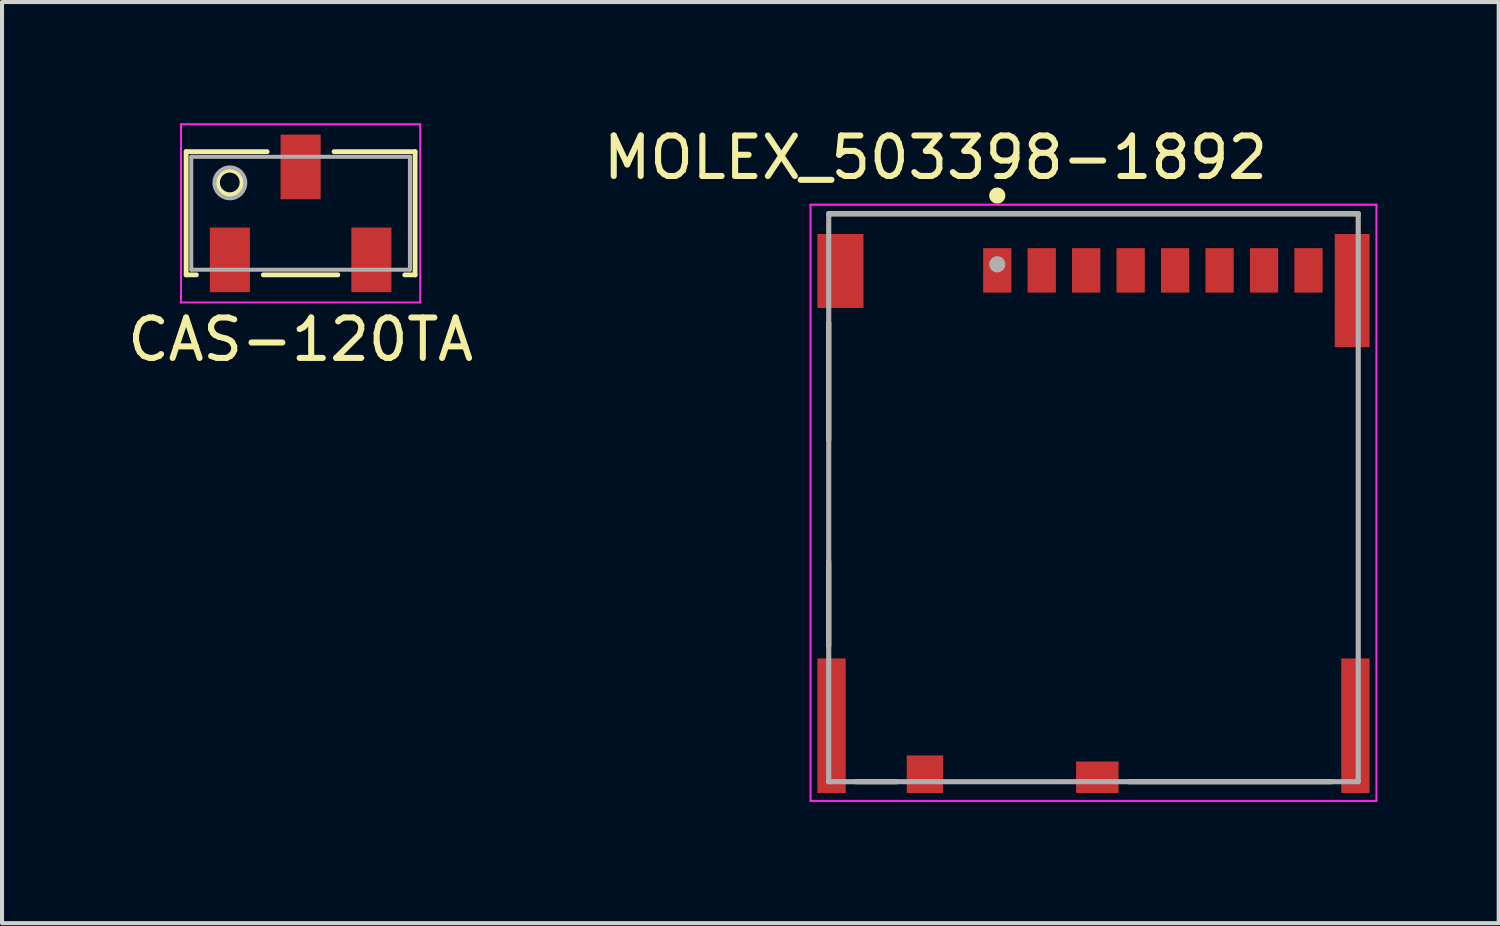
<source format=kicad_pcb>
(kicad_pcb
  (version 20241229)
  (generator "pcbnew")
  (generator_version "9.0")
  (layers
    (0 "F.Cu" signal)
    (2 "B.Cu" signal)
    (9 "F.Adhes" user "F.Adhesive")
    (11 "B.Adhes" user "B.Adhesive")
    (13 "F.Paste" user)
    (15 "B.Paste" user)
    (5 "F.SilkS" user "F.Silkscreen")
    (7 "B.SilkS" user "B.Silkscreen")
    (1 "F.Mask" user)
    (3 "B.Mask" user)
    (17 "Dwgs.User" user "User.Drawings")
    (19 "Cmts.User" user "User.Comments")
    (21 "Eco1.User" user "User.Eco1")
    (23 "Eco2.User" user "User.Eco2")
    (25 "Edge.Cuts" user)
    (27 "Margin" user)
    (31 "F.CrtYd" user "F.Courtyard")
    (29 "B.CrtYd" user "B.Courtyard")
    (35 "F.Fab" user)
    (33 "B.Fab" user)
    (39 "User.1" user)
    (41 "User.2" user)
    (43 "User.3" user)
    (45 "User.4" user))
  (footprint "CAS-120TA"
    (layer "F.Cu")
    (at 4.387 2.226)
    (property "Reference" "CAS-120TA" (at 0 3.124 0) (layer "F.SilkS") (effects (font (size 1 1) (thickness 0.15))))
    (attr through_hole)
    (fp_line (start -2.832 -1.524) (end -2.832 1.524) (stroke (width 0.12) (type solid)) (layer "F.SilkS"))
    (fp_line (start -2.832 1.524) (end -2.578 1.524) (stroke (width 0.12) (type solid)) (layer "F.SilkS"))
    (fp_line (start -0.922 1.524) (end 0.922 1.524) (stroke (width 0.12) (type solid)) (layer "F.SilkS"))
    (fp_line (start -0.828 -1.524) (end -2.832 -1.524) (stroke (width 0.12) (type solid)) (layer "F.SilkS"))
    (fp_line (start 2.578 1.524) (end 2.832 1.524) (stroke (width 0.12) (type solid)) (layer "F.SilkS"))
    (fp_line (start 2.832 -1.524) (end 0.828 -1.524) (stroke (width 0.12) (type solid)) (layer "F.SilkS"))
    (fp_line (start 2.832 1.524) (end 2.832 -1.524) (stroke (width 0.12) (type solid)) (layer "F.SilkS"))
    (fp_circle (center -1.753 -0.762) (end -1.448 -0.762) (stroke (width 0.12) (type solid)) (fill no) (layer "F.SilkS"))
    (fp_line (start -2.959 -2.201) (end -2.959 2.207) (stroke (width 0.05) (type solid)) (layer "F.CrtYd"))
    (fp_line (start -2.959 2.207) (end 2.959 2.207) (stroke (width 0.05) (type solid)) (layer "F.CrtYd"))
    (fp_line (start 2.959 -2.201) (end -2.959 -2.201) (stroke (width 0.05) (type solid)) (layer "F.CrtYd"))
    (fp_line (start 2.959 2.207) (end 2.959 -2.201) (stroke (width 0.05) (type solid)) (layer "F.CrtYd"))
    (fp_line (start -2.705 -1.397) (end -2.705 1.397) (stroke (width 0.1) (type solid)) (layer "F.Fab"))
    (fp_line (start -2.705 1.397) (end 2.705 1.397) (stroke (width 0.1) (type solid)) (layer "F.Fab"))
    (fp_line (start 2.705 -1.397) (end -2.705 -1.397) (stroke (width 0.1) (type solid)) (layer "F.Fab"))
    (fp_line (start 2.705 1.397) (end 2.705 -1.397) (stroke (width 0.1) (type solid)) (layer "F.Fab"))
    (fp_circle (center -1.75 -0.752) (end -1.369 -0.752) (stroke (width 0.1) (type solid)) (fill no) (layer "F.Fab"))
    (pad "1" smd rect (at -1.75 1.153) (size 0.991 1.6) (layers "F.Cu" "F.Mask" "F.Paste"))
    (pad "2" smd rect (at 0 -1.147) (size 0.991 1.6) (layers "F.Cu" "F.Mask" "F.Paste"))
    (pad "3" smd rect (at 1.75 1.153) (size 0.991 1.6) (layers "F.Cu" "F.Mask" "F.Paste")))
  (footprint "MOLEX_503398-1892"
    (layer "F.Cu")
    (at 24.002 9.264)
    (property "Reference" "MOLEX_503398-1892" (at -3.908 -8.416 0) (layer "F.SilkS") (effects (font (size 1.001 1.001) (thickness 0.15))))
    (attr through_hole)
    (fp_line (start -6.55 -7.025) (end 6.55 -7.025) (stroke (width 0.127) (type solid)) (layer "F.SilkS"))
    (fp_line (start -6.55 -4.325) (end -6.55 -1.425) (stroke (width 0.127) (type solid)) (layer "F.SilkS"))
    (fp_line (start -6.55 1.575) (end -6.55 3.675) (stroke (width 0.127) (type solid)) (layer "F.SilkS"))
    (fp_line (start -5.876 7.025) (end -4.874 7.025) (stroke (width 0.127) (type solid)) (layer "F.SilkS"))
    (fp_line (start 0.874 7.025) (end 5.876 7.025) (stroke (width 0.127) (type solid)) (layer "F.SilkS"))
    (fp_circle (center -2.38 -7.475) (end -2.28 -7.475) (stroke (width 0.2) (type solid)) (fill no) (layer "F.SilkS"))
    (fp_line (start -7 -7.25) (end 7 -7.25) (stroke (width 0.05) (type solid)) (layer "F.CrtYd"))
    (fp_line (start -7 7.5) (end -7 -7.25) (stroke (width 0.05) (type solid)) (layer "F.CrtYd"))
    (fp_line (start 7 -7.25) (end 7 7.5) (stroke (width 0.05) (type solid)) (layer "F.CrtYd"))
    (fp_line (start 7 7.5) (end -7 7.5) (stroke (width 0.05) (type solid)) (layer "F.CrtYd"))
    (fp_line (start -6.55 -7.025) (end 6.55 -7.025) (stroke (width 0.127) (type solid)) (layer "F.Fab"))
    (fp_line (start -6.55 7.025) (end -6.55 -7.025) (stroke (width 0.127) (type solid)) (layer "F.Fab"))
    (fp_line (start 6.55 -7.025) (end 6.55 7.025) (stroke (width 0.127) (type solid)) (layer "F.Fab"))
    (fp_line (start 6.55 7.025) (end -6.55 7.025) (stroke (width 0.127) (type solid)) (layer "F.Fab"))
    (fp_circle (center -2.38 -5.775) (end -2.28 -5.775) (stroke (width 0.2) (type solid)) (fill no) (layer "F.Fab"))
    (pad "1" smd rect (at -2.38 -5.625) (size 0.7 1.1) (layers "F.Cu" "F.Mask" "F.Paste"))
    (pad "2" smd rect (at -1.28 -5.625) (size 0.7 1.1) (layers "F.Cu" "F.Mask" "F.Paste"))
    (pad "3" smd rect (at -0.18 -5.625) (size 0.7 1.1) (layers "F.Cu" "F.Mask" "F.Paste"))
    (pad "4" smd rect (at 0.92 -5.625) (size 0.7 1.1) (layers "F.Cu" "F.Mask" "F.Paste"))
    (pad "5" smd rect (at 2.02 -5.625) (size 0.7 1.1) (layers "F.Cu" "F.Mask" "F.Paste"))
    (pad "6" smd rect (at 3.12 -5.625) (size 0.7 1.1) (layers "F.Cu" "F.Mask" "F.Paste"))
    (pad "7" smd rect (at 4.22 -5.625) (size 0.7 1.1) (layers "F.Cu" "F.Mask" "F.Paste"))
    (pad "8" smd rect (at 5.32 -5.625) (size 0.7 1.1) (layers "F.Cu" "F.Mask" "F.Paste"))
    (pad "9" smd rect (at -4.17 6.84) (size 0.9 0.93) (layers "F.Cu" "F.Mask" "F.Paste"))
    (pad "10" smd rect (at 0.095 6.915) (size 1.05 0.78) (layers "F.Cu" "F.Mask" "F.Paste"))
    (pad "P1" smd rect (at -6.26 -5.61) (size 1.14 1.83) (layers "F.Cu" "F.Mask" "F.Paste"))
    (pad "P2" smd rect (at 6.4 -5.125) (size 0.86 2.8) (layers "F.Cu" "F.Mask" "F.Paste"))
    (pad "P3" smd rect (at -6.48 5.64) (size 0.7 3.33) (layers "F.Cu" "F.Mask" "F.Paste"))
    (pad "P4" smd rect (at 6.48 5.64) (size 0.7 3.33) (layers "F.Cu" "F.Mask" "F.Paste"))
    (zone (net_name "") (layer "F.Cu") (hatch full 0.508) (connect_pads) (min_thickness 0.01) (filled_areas_thickness no) (keepout (tracks not_allowed) (vias not_allowed) (pads not_allowed) (copperpour not_allowed) (footprints allowed)) (placement (enabled no)) (fill) (polygon (pts (xy 17.166 8.139) (xy 17.872 8.139) (xy 17.872 10.541) (xy 17.166 10.541))))
    (zone (net_name "") (layer "F.Cu") (hatch full 0.508) (connect_pads) (min_thickness 0.01) (filled_areas_thickness no) (keepout (tracks not_allowed) (vias not_allowed) (pads not_allowed) (copperpour not_allowed) (footprints allowed)) (placement (enabled no)) (fill) (polygon (pts (xy 18.757 13.839) (xy 19.317 13.839) (xy 19.317 16.003) (xy 18.757 16.003))))
    (zone (net_name "") (layer "F.Cu") (hatch full 0.508) (connect_pads) (min_thickness 0.01) (filled_areas_thickness no) (keepout (tracks not_allowed) (vias not_allowed) (pads not_allowed) (copperpour not_allowed) (footprints allowed)) (placement (enabled no)) (fill) (polygon (pts (xy 20.78 15.639) (xy 21.332 15.639) (xy 21.332 16.195) (xy 20.78 16.195))))
    (zone (net_name "") (layer "F.Cu") (hatch full 0.508) (connect_pads) (min_thickness 0.0001) (filled_areas_thickness no) (keepout (tracks not_allowed) (vias not_allowed) (pads not_allowed) (copperpour not_allowed) (footprints allowed)) (placement (enabled no)) (fill) (polygon (pts (xy 20.832 5.539) (xy 20.832 10.539) (xy 20.182 10.539) (xy 20.182 13.139) (xy 24.572 13.139) (xy 24.572 14.389) (xy 22.272 14.389) (xy 22.272 16.569) (xy 23.572 16.569) (xy 23.572 15.789) (xy 30.132 15.789) (xy 30.132 13.239) (xy 30.832 13.239) (xy 30.832 5.539))))
    (zone (net_name "") (layers "F.Cu" "B.Cu") (hatch full 0.508) (connect_pads) (min_thickness 0.01) (filled_areas_thickness no) (keepout (tracks allowed) (vias not_allowed) (pads allowed) (copperpour allowed) (footprints allowed)) (placement (enabled no)) (fill) (polygon (pts (xy 17.161 8.139) (xy 17.872 8.139) (xy 17.872 10.542) (xy 17.161 10.542))))
    (zone (net_name "") (layers "F.Cu" "B.Cu") (hatch full 0.508) (connect_pads) (min_thickness 0.01) (filled_areas_thickness no) (keepout (tracks allowed) (vias not_allowed) (pads allowed) (copperpour allowed) (footprints allowed)) (placement (enabled no)) (fill) (polygon (pts (xy 18.764 13.839) (xy 19.317 13.839) (xy 19.317 15.994) (xy 18.764 15.994))))
    (zone (net_name "") (layers "F.Cu" "B.Cu") (hatch full 0.508) (connect_pads) (min_thickness 0.01) (filled_areas_thickness no) (keepout (tracks allowed) (vias not_allowed) (pads allowed) (copperpour allowed) (footprints allowed)) (placement (enabled no)) (fill) (polygon (pts (xy 20.777 15.639) (xy 21.332 15.639) (xy 21.332 16.201) (xy 20.777 16.201))))
    (zone (net_name "") (layers "F.Cu" "B.Cu") (hatch full 0.508) (connect_pads) (min_thickness 0.0001) (filled_areas_thickness no) (keepout (tracks allowed) (vias not_allowed) (pads allowed) (copperpour allowed) (footprints allowed)) (placement (enabled no)) (fill) (polygon (pts (xy 20.832 5.539) (xy 20.832 10.539) (xy 20.182 10.539) (xy 20.182 13.139) (xy 24.572 13.139) (xy 24.572 14.389) (xy 22.272 14.389) (xy 22.272 16.569) (xy 23.572 16.569) (xy 23.572 15.789) (xy 30.132 15.789) (xy 30.132 13.239) (xy 30.832 13.239) (xy 30.832 5.539)))))
  (gr_rect
    (start -3 -3)
    (end 34.027 19.789)
    (stroke (width 0.1) (type default))
    (fill no)
    (layer "Edge.Cuts")))
</source>
